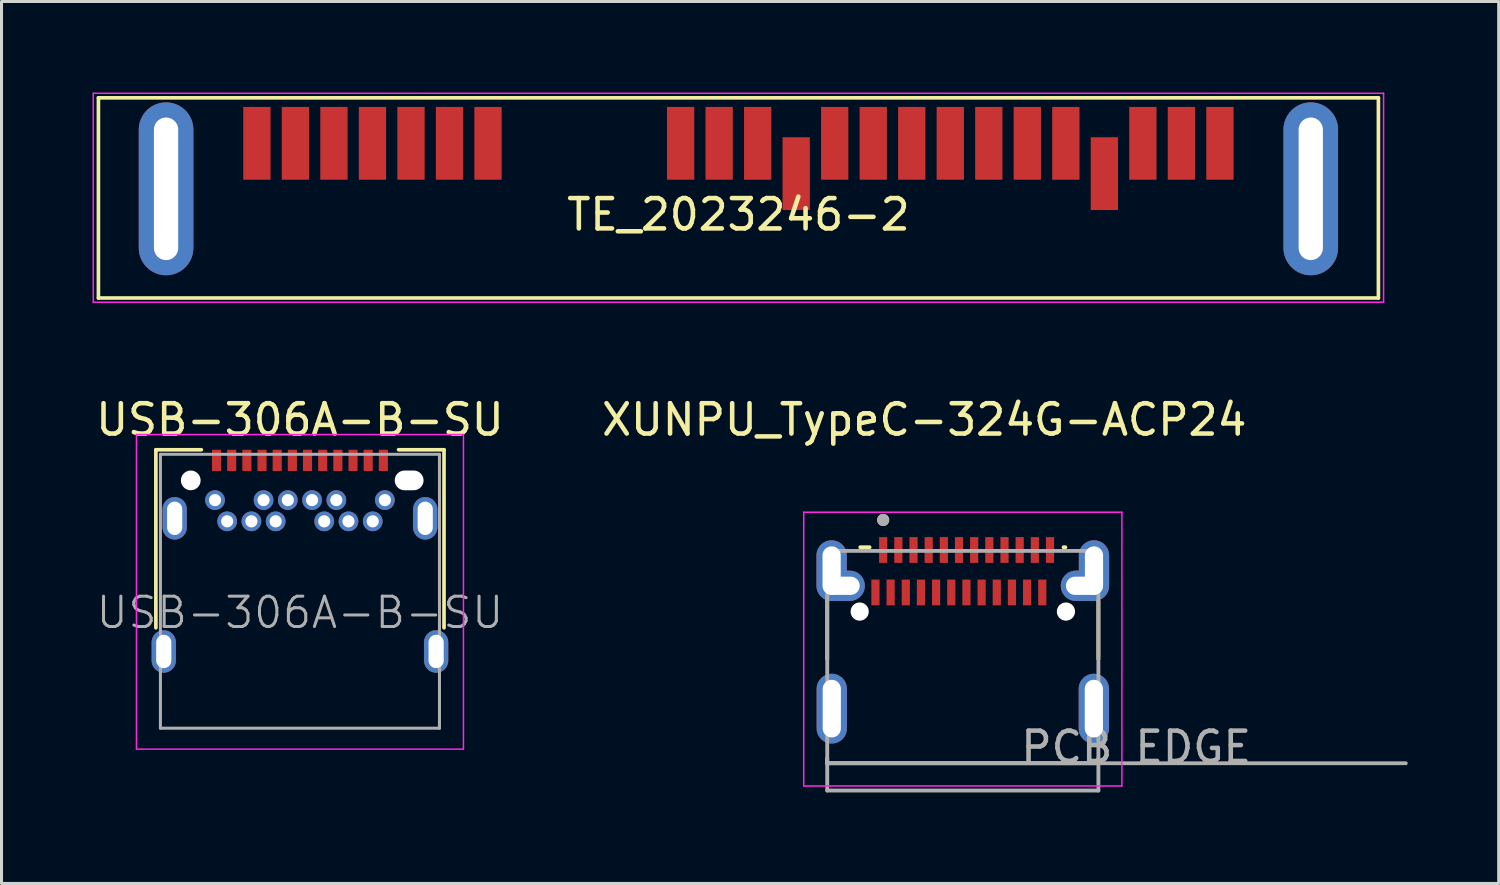
<source format=kicad_pcb>
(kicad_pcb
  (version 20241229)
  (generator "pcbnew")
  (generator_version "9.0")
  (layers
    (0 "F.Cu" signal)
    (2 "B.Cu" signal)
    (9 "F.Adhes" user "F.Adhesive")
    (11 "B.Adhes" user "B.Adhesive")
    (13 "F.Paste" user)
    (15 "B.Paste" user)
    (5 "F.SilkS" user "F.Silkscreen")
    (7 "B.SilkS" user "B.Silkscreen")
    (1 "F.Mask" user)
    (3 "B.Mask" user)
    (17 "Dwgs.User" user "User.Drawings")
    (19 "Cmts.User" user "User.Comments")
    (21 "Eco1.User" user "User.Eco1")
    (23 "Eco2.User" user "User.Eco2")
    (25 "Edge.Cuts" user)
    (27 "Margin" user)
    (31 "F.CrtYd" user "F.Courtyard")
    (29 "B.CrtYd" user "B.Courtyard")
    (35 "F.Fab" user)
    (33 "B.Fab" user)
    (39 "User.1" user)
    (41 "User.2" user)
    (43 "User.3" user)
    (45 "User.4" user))
  (footprint "XUNPU_TypeC-324G-ACP24"
    (layer "F.Cu")
    (at 28.693 20.313)
    (property "Reference" "XUNPU_TypeC-324G-ACP24" (at -1.27 -9.525 0) (layer "F.SilkS") (effects (font (size 1 1) (thickness 0.15))))
    (attr smd)
    (fp_line (start -4.47 -1.639) (end -4.47 -3.562) (stroke (width 0.127) (type solid)) (layer "F.SilkS"))
    (fp_line (start -4.47 1.8) (end -4.47 1.639) (stroke (width 0.127) (type solid)) (layer "F.SilkS"))
    (fp_line (start -3.381 -5.32) (end -3.074 -5.32) (stroke (width 0.127) (type solid)) (layer "F.SilkS"))
    (fp_line (start 3.322 -5.32) (end 3.38 -5.32) (stroke (width 0.127) (type solid)) (layer "F.SilkS"))
    (fp_line (start 4.47 -3.562) (end 4.47 -1.639) (stroke (width 0.127) (type solid)) (layer "F.SilkS"))
    (fp_line (start 4.47 1.639) (end 4.47 1.8) (stroke (width 0.127) (type solid)) (layer "F.SilkS"))
    (fp_line (start 4.47 1.8) (end -4.47 1.8) (stroke (width 0.127) (type solid)) (layer "F.SilkS"))
    (fp_circle (center -2.625 -6.22) (end -2.525 -6.22) (stroke (width 0.2) (type solid)) (fill no) (layer "F.SilkS"))
    (fp_line (start -5.245 -6.475) (end 5.245 -6.475) (stroke (width 0.05) (type solid)) (layer "F.CrtYd"))
    (fp_line (start -5.245 2.55) (end -5.245 -6.475) (stroke (width 0.05) (type solid)) (layer "F.CrtYd"))
    (fp_line (start 5.245 -6.475) (end 5.245 2.55) (stroke (width 0.05) (type solid)) (layer "F.CrtYd"))
    (fp_line (start 5.245 2.55) (end -5.245 2.55) (stroke (width 0.05) (type solid)) (layer "F.CrtYd"))
    (fp_line (start -4.47 -5.2) (end 4.47 -5.2) (stroke (width 0.127) (type solid)) (layer "F.Fab"))
    (fp_line (start -4.47 1.8) (end -4.47 -5.2) (stroke (width 0.127) (type solid)) (layer "F.Fab"))
    (fp_line (start -4.47 1.8) (end 14.605 1.8) (stroke (width 0.127) (type solid)) (layer "F.Fab"))
    (fp_line (start -4.47 2.7) (end -4.47 1.8) (stroke (width 0.127) (type solid)) (layer "F.Fab"))
    (fp_line (start 4.47 -5.2) (end 4.47 2.7) (stroke (width 0.127) (type solid)) (layer "F.Fab"))
    (fp_line (start 4.47 2.7) (end -4.47 2.7) (stroke (width 0.127) (type solid)) (layer "F.Fab"))
    (fp_circle (center -2.625 -6.22) (end -2.525 -6.22) (stroke (width 0.2) (type solid)) (fill no) (layer "F.Fab"))
    (fp_text user "PCB EDGE" (at 5.715 1.27 0) (layer "F.Fab") (effects (font (size 1 1) (thickness 0.15))))
    (pad "" np_thru_hole circle (at -3.4 -3.2) (size 0.6 0.6) (drill 0.6) (layers "*.Cu" "*.Mask"))
    (pad "" np_thru_hole circle (at 3.4 -3.2) (size 0.6 0.6) (drill 0.6) (layers "*.Cu" "*.Mask"))
    (pad "A1" smd rect (at -2.625 -5.23) (size 0.27 0.85) (layers "F.Cu" "F.Mask" "F.Paste"))
    (pad "A2" smd rect (at -2.125 -5.23) (size 0.27 0.85) (layers "F.Cu" "F.Mask" "F.Paste"))
    (pad "A3" smd rect (at -1.625 -5.23) (size 0.27 0.85) (layers "F.Cu" "F.Mask" "F.Paste"))
    (pad "A4" smd rect (at -1.125 -5.23) (size 0.27 0.85) (layers "F.Cu" "F.Mask" "F.Paste"))
    (pad "A5" smd rect (at -0.625 -5.23) (size 0.27 0.85) (layers "F.Cu" "F.Mask" "F.Paste"))
    (pad "A6" smd rect (at -0.125 -5.23) (size 0.27 0.85) (layers "F.Cu" "F.Mask" "F.Paste"))
    (pad "A7" smd rect (at 0.375 -5.23) (size 0.27 0.85) (layers "F.Cu" "F.Mask" "F.Paste"))
    (pad "A8" smd rect (at 0.875 -5.23) (size 0.27 0.85) (layers "F.Cu" "F.Mask" "F.Paste"))
    (pad "A9" smd rect (at 1.375 -5.23) (size 0.27 0.85) (layers "F.Cu" "F.Mask" "F.Paste"))
    (pad "A10" smd rect (at 1.875 -5.23) (size 0.27 0.85) (layers "F.Cu" "F.Mask" "F.Paste"))
    (pad "A11" smd rect (at 2.375 -5.23) (size 0.27 0.85) (layers "F.Cu" "F.Mask" "F.Paste"))
    (pad "A12" smd rect (at 2.875 -5.23) (size 0.27 0.85) (layers "F.Cu" "F.Mask" "F.Paste"))
    (pad "B1" smd rect (at 2.62 -3.83) (size 0.27 0.85) (layers "F.Cu" "F.Mask" "F.Paste"))
    (pad "B2" smd rect (at 2.12 -3.83) (size 0.27 0.85) (layers "F.Cu" "F.Mask" "F.Paste"))
    (pad "B3" smd rect (at 1.62 -3.83) (size 0.27 0.85) (layers "F.Cu" "F.Mask" "F.Paste"))
    (pad "B4" smd rect (at 1.12 -3.83) (size 0.27 0.85) (layers "F.Cu" "F.Mask" "F.Paste"))
    (pad "B5" smd rect (at 0.62 -3.83) (size 0.27 0.85) (layers "F.Cu" "F.Mask" "F.Paste"))
    (pad "B6" smd rect (at 0.12 -3.83) (size 0.27 0.85) (layers "F.Cu" "F.Mask" "F.Paste"))
    (pad "B7" smd rect (at -0.38 -3.83) (size 0.27 0.85) (layers "F.Cu" "F.Mask" "F.Paste"))
    (pad "B8" smd rect (at -0.88 -3.83) (size 0.27 0.85) (layers "F.Cu" "F.Mask" "F.Paste"))
    (pad "B9" smd rect (at -1.38 -3.83) (size 0.27 0.85) (layers "F.Cu" "F.Mask" "F.Paste"))
    (pad "B10" smd rect (at -1.88 -3.83) (size 0.27 0.85) (layers "F.Cu" "F.Mask" "F.Paste"))
    (pad "B11" smd rect (at -2.38 -3.83) (size 0.27 0.85) (layers "F.Cu" "F.Mask" "F.Paste"))
    (pad "B12" smd rect (at -2.88 -3.83) (size 0.27 0.85) (layers "F.Cu" "F.Mask" "F.Paste"))
    (pad "S1" thru_hole oval (at -4.325 -4.55) (size 1 2) (drill oval 0.6 1.6) (layers "*.Cu" "*.Mask"))
    (pad "S1" thru_hole oval (at -4.32 0) (size 1 2.3) (drill oval 0.6 1.9) (layers "*.Cu" "*.Mask"))
    (pad "S1" thru_hole oval (at -4 -4.05) (size 1.54 1) (drill oval 1.2 0.6) (layers "*.Cu" "*.Mask"))
    (pad "S1" thru_hole oval (at 4 -4.05) (size 1.54 1) (drill oval 1.2 0.6) (layers "*.Cu" "*.Mask"))
    (pad "S1" thru_hole oval (at 4.32 0) (size 1 2.3) (drill oval 0.6 1.9) (layers "*.Cu" "*.Mask"))
    (pad "S1" thru_hole oval (at 4.325 -4.55) (size 1 2) (drill oval 0.6 1.6) (layers "*.Cu" "*.Mask")))
  (footprint "USB-306A-B-SU"
    (layer "F.Cu")
    (at 6.839 17.148)
    (property "Reference" "USB-306A-B-SU" (at 0 -6.36 0) (layer "F.SilkS") (effects (font (size 1 1) (thickness 0.15))))
    (attr smd)
    (fp_line (start -4.75 -5.37) (end -4.75 0.5) (stroke (width 0.12) (type solid)) (layer "F.SilkS"))
    (fp_line (start -4.75 -5.37) (end -3.25 -5.37) (stroke (width 0.12) (type solid)) (layer "F.SilkS"))
    (fp_line (start 3.25 -5.37) (end 4.75 -5.37) (stroke (width 0.12) (type solid)) (layer "F.SilkS"))
    (fp_line (start 4.75 -5.37) (end 4.75 0.5) (stroke (width 0.12) (type solid)) (layer "F.SilkS"))
    (fp_line (start -5.39 -5.87) (end 5.39 -5.87) (stroke (width 0.05) (type solid)) (layer "F.CrtYd"))
    (fp_line (start -5.39 4.5) (end -5.39 -5.87) (stroke (width 0.05) (type solid)) (layer "F.CrtYd"))
    (fp_line (start 5.39 -5.87) (end 5.39 4.5) (stroke (width 0.05) (type solid)) (layer "F.CrtYd"))
    (fp_line (start 5.39 4.5) (end -5.39 4.5) (stroke (width 0.05) (type solid)) (layer "F.CrtYd"))
    (fp_line (start -4.6 -5.22) (end 4.6 -5.22) (stroke (width 0.1) (type solid)) (layer "F.Fab"))
    (fp_line (start -4.6 3.81) (end -4.6 -5.22) (stroke (width 0.1) (type solid)) (layer "F.Fab"))
    (fp_line (start -4.6 3.81) (end 4.6 3.81) (stroke (width 0.1) (type solid)) (layer "F.Fab"))
    (fp_line (start 4.6 3.81) (end 4.6 -5.22) (stroke (width 0.1) (type solid)) (layer "F.Fab"))
    (fp_text user "${REFERENCE}" (at 0 0 0) (layer "F.Fab") (effects (font (size 1 1) (thickness 0.1))))
    (pad "" np_thru_hole circle (at -3.6 -4.36) (size 0.65 0.65) (drill 0.65) (layers "*.Cu" "*.Mask"))
    (pad "" np_thru_hole oval (at 3.6 -4.36) (size 0.95 0.65) (drill oval 0.95 0.65) (layers "*.Cu" "*.Mask"))
    (pad "A1" smd rect (at -2.75 -5.02) (size 0.3 0.7) (layers "F.Cu" "F.Mask" "F.Paste"))
    (pad "A2" smd rect (at -2.25 -5.02) (size 0.3 0.7) (layers "F.Cu" "F.Mask" "F.Paste"))
    (pad "A3" smd rect (at -1.75 -5.02) (size 0.3 0.7) (layers "F.Cu" "F.Mask" "F.Paste"))
    (pad "A4" smd rect (at -1.25 -5.02) (size 0.3 0.7) (layers "F.Cu" "F.Mask" "F.Paste"))
    (pad "A5" smd rect (at -0.75 -5.02) (size 0.3 0.7) (layers "F.Cu" "F.Mask" "F.Paste"))
    (pad "A6" smd rect (at -0.25 -5.02) (size 0.3 0.7) (layers "F.Cu" "F.Mask" "F.Paste"))
    (pad "A7" smd rect (at 0.25 -5.02) (size 0.3 0.7) (layers "F.Cu" "F.Mask" "F.Paste"))
    (pad "A8" smd rect (at 0.75 -5.02) (size 0.3 0.7) (layers "F.Cu" "F.Mask" "F.Paste"))
    (pad "A9" smd rect (at 1.25 -5.02) (size 0.3 0.7) (layers "F.Cu" "F.Mask" "F.Paste"))
    (pad "A10" smd rect (at 1.75 -5.02) (size 0.3 0.7) (layers "F.Cu" "F.Mask" "F.Paste"))
    (pad "A11" smd rect (at 2.25 -5.02) (size 0.3 0.7) (layers "F.Cu" "F.Mask" "F.Paste"))
    (pad "A12" smd rect (at 2.75 -5.02) (size 0.3 0.7) (layers "F.Cu" "F.Mask" "F.Paste"))
    (pad "B1" thru_hole circle (at 2.8 -3.71) (size 0.65 0.65) (drill 0.4) (layers "*.Cu" "*.Mask"))
    (pad "B2" thru_hole circle (at 2.4 -3.01) (size 0.65 0.65) (drill 0.4) (layers "*.Cu" "*.Mask"))
    (pad "B3" thru_hole circle (at 1.6 -3.01) (size 0.65 0.65) (drill 0.4) (layers "*.Cu" "*.Mask"))
    (pad "B4" thru_hole circle (at 1.2 -3.71) (size 0.65 0.65) (drill 0.4) (layers "*.Cu" "*.Mask"))
    (pad "B5" thru_hole circle (at 0.8 -3.01) (size 0.65 0.65) (drill 0.4) (layers "*.Cu" "*.Mask"))
    (pad "B6" thru_hole circle (at 0.4 -3.71) (size 0.65 0.65) (drill 0.4) (layers "*.Cu" "*.Mask"))
    (pad "B7" thru_hole circle (at -0.4 -3.71) (size 0.65 0.65) (drill 0.4) (layers "*.Cu" "*.Mask"))
    (pad "B8" thru_hole circle (at -0.8 -3.01) (size 0.65 0.65) (drill 0.4) (layers "*.Cu" "*.Mask"))
    (pad "B9" thru_hole circle (at -1.2 -3.71) (size 0.65 0.65) (drill 0.4) (layers "*.Cu" "*.Mask"))
    (pad "B10" thru_hole circle (at -1.6 -3.01) (size 0.65 0.65) (drill 0.4) (layers "*.Cu" "*.Mask"))
    (pad "B11" thru_hole circle (at -2.4 -3.01) (size 0.65 0.65) (drill 0.4) (layers "*.Cu" "*.Mask"))
    (pad "B12" thru_hole circle (at -2.8 -3.71) (size 0.65 0.65) (drill 0.4) (layers "*.Cu" "*.Mask"))
    (pad "S1" thru_hole oval (at -4.49 1.28) (size 0.8 1.4) (drill oval 0.5 1.1) (layers "*.Cu" "*.Mask"))
    (pad "S1" thru_hole oval (at -4.13 -3.11) (size 0.8 1.4) (drill oval 0.5 1.1) (layers "*.Cu" "*.Mask"))
    (pad "S1" thru_hole oval (at 4.13 -3.11) (size 0.8 1.4) (drill oval 0.5 1.1) (layers "*.Cu" "*.Mask"))
    (pad "S1" thru_hole oval (at 4.49 1.28) (size 0.8 1.4) (drill oval 0.5 1.1) (layers "*.Cu" "*.Mask")))
  (footprint "TE_2023246-2"
    (layer "F.Cu")
    (at 21.295 1.675)
    (property "Reference" "TE_2023246-2" (at 0 2.35 0) (layer "F.SilkS") (effects (font (size 1 1) (thickness 0.15))))
    (attr through_hole)
    (fp_line (start -21.1 -1.5) (end -21.1 5.1) (stroke (width 0.12) (type solid)) (layer "F.SilkS"))
    (fp_line (start -21.1 5.1) (end 21.1 5.1) (stroke (width 0.12) (type solid)) (layer "F.SilkS"))
    (fp_line (start 21.1 -1.5) (end -21.1 -1.5) (stroke (width 0.12) (type solid)) (layer "F.SilkS"))
    (fp_line (start 21.1 5.1) (end 21.1 -1.5) (stroke (width 0.12) (type solid)) (layer "F.SilkS"))
    (fp_line (start -21.27 -1.65) (end -21.27 5.24) (stroke (width 0.05) (type solid)) (layer "F.CrtYd"))
    (fp_line (start -21.27 -1.65) (end 21.27 -1.65) (stroke (width 0.05) (type solid)) (layer "F.CrtYd"))
    (fp_line (start -21.27 5.24) (end 21.27 5.24) (stroke (width 0.05) (type solid)) (layer "F.CrtYd"))
    (fp_line (start 21.27 -1.65) (end 21.27 5.24) (stroke (width 0.05) (type solid)) (layer "F.CrtYd"))
    (pad "1" smd rect (at -15.875 0) (size 0.9 2.4) (layers "F.Cu" "F.Mask" "F.Paste"))
    (pad "2" smd rect (at -14.605 0) (size 0.9 2.4) (layers "F.Cu" "F.Mask" "F.Paste"))
    (pad "3" smd rect (at -13.335 0) (size 0.9 2.4) (layers "F.Cu" "F.Mask" "F.Paste"))
    (pad "4" smd rect (at -12.065 0) (size 0.9 2.4) (layers "F.Cu" "F.Mask" "F.Paste"))
    (pad "5" smd rect (at -10.795 0) (size 0.9 2.4) (layers "F.Cu" "F.Mask" "F.Paste"))
    (pad "6" smd rect (at -9.525 0) (size 0.9 2.4) (layers "F.Cu" "F.Mask" "F.Paste"))
    (pad "7" smd rect (at -8.255 0) (size 0.9 2.4) (layers "F.Cu" "F.Mask" "F.Paste"))
    (pad "8" smd rect (at -1.905 0) (size 0.9 2.4) (layers "F.Cu" "F.Mask" "F.Paste"))
    (pad "9" smd rect (at -0.635 0) (size 0.9 2.4) (layers "F.Cu" "F.Mask" "F.Paste"))
    (pad "10" smd rect (at 0.635 0) (size 0.9 2.4) (layers "F.Cu" "F.Mask" "F.Paste"))
    (pad "11" smd rect (at 1.905 1) (size 0.9 2.4) (layers "F.Cu" "F.Mask" "F.Paste"))
    (pad "12" smd rect (at 3.175 0) (size 0.9 2.4) (layers "F.Cu" "F.Mask" "F.Paste"))
    (pad "13" smd rect (at 4.445 0) (size 0.9 2.4) (layers "F.Cu" "F.Mask" "F.Paste"))
    (pad "14" smd rect (at 5.715 0) (size 0.9 2.4) (layers "F.Cu" "F.Mask" "F.Paste"))
    (pad "15" smd rect (at 6.985 0) (size 0.9 2.4) (layers "F.Cu" "F.Mask" "F.Paste"))
    (pad "16" smd rect (at 8.255 0) (size 0.9 2.4) (layers "F.Cu" "F.Mask" "F.Paste"))
    (pad "17" smd rect (at 9.525 0) (size 0.9 2.4) (layers "F.Cu" "F.Mask" "F.Paste"))
    (pad "18" smd rect (at 10.795 0) (size 0.9 2.4) (layers "F.Cu" "F.Mask" "F.Paste"))
    (pad "19" smd rect (at 12.065 1) (size 0.9 2.4) (layers "F.Cu" "F.Mask" "F.Paste"))
    (pad "20" smd rect (at 13.335 0) (size 0.9 2.4) (layers "F.Cu" "F.Mask" "F.Paste"))
    (pad "21" smd rect (at 14.605 0) (size 0.9 2.4) (layers "F.Cu" "F.Mask" "F.Paste"))
    (pad "22" smd rect (at 15.875 0) (size 0.9 2.4) (layers "F.Cu" "F.Mask" "F.Paste"))
    (pad "MP" thru_hole oval (at -18.87 1.5) (size 1.8 5.7) (drill oval 0.8 4.7) (layers "*.Cu" "*.Mask"))
    (pad "MP" thru_hole oval (at 18.87 1.5) (size 1.8 5.7) (drill oval 0.8 4.7) (layers "*.Cu" "*.Mask")))
  (gr_rect
    (start -3 -3)
    (end 46.361 26.077)
    (stroke (width 0.1) (type default))
    (fill no)
    (layer "Edge.Cuts")))
</source>
